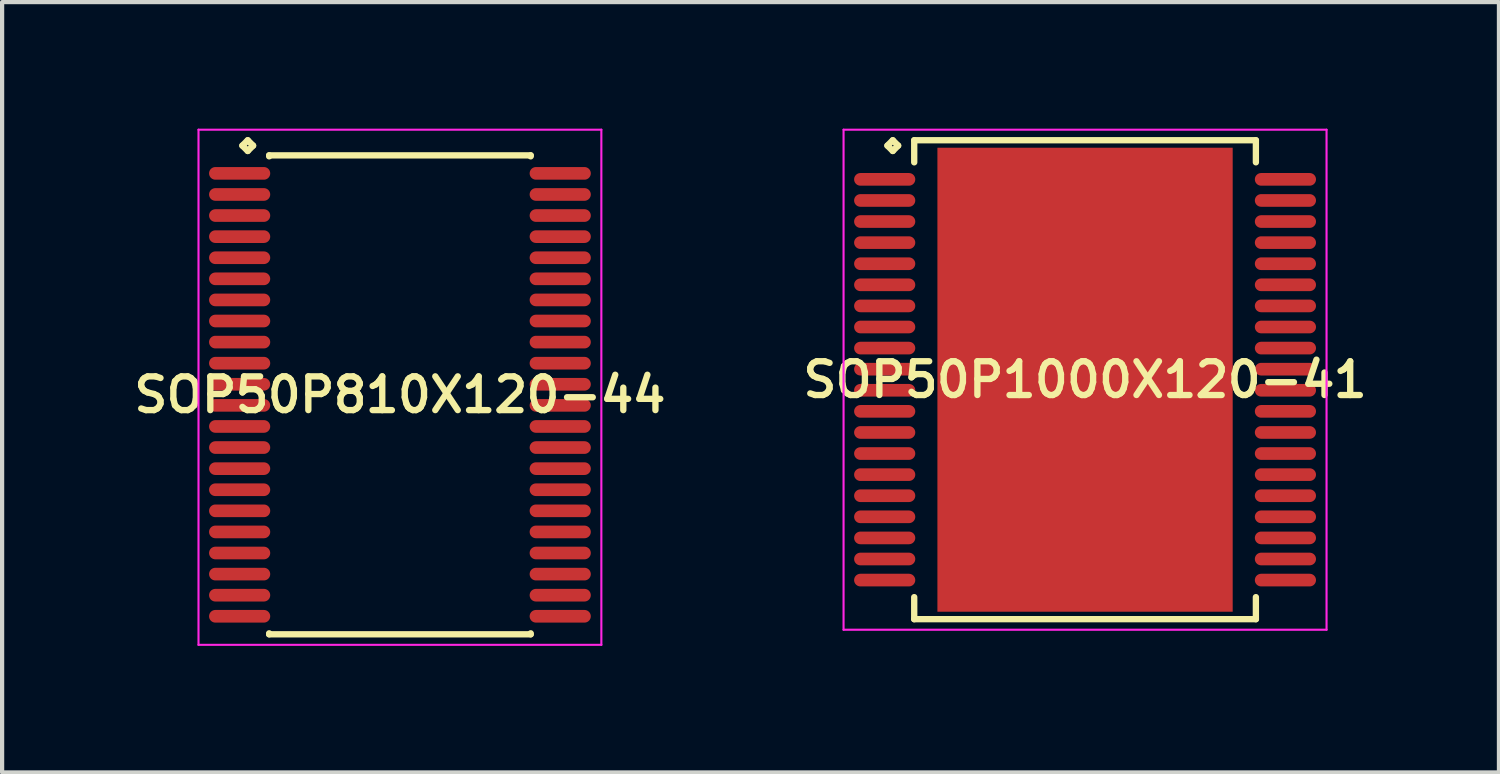
<source format=kicad_pcb>
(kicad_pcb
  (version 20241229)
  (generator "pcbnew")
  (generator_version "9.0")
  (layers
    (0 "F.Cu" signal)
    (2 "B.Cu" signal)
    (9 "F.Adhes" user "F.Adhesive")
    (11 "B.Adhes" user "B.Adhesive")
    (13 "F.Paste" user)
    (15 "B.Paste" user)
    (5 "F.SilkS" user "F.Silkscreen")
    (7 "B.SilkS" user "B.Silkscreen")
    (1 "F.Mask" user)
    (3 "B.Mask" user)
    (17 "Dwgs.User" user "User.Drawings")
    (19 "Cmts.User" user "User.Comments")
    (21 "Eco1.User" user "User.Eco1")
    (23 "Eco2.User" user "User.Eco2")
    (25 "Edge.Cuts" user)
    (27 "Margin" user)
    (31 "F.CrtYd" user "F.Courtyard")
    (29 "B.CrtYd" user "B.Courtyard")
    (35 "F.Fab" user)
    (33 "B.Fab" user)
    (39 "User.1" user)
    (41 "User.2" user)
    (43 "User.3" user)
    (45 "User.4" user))
  (footprint "SOP50P810X120-44"
    (layer "F.Cu")
    (at 6.431 6.31)
    (property "Reference" "SOP50P810X120-44" (at 0 0 0) (layer "F.SilkS") (effects (font (size 0.8 0.8) (thickness 0.15))))
    (attr smd)
    (fp_line (start -3.735 -5.908) (end -3.608 -6.035) (stroke (width 0.15) (type solid)) (layer "F.SilkS"))
    (fp_line (start -3.608 -6.035) (end -3.481 -5.908) (stroke (width 0.15) (type solid)) (layer "F.SilkS"))
    (fp_line (start -3.608 -5.781) (end -3.735 -5.908) (stroke (width 0.15) (type solid)) (layer "F.SilkS"))
    (fp_line (start -3.481 -5.908) (end -3.608 -5.781) (stroke (width 0.15) (type solid)) (layer "F.SilkS"))
    (fp_line (start -3.1 -5.677) (end 3.1 -5.677) (stroke (width 0.15) (type solid)) (layer "F.SilkS"))
    (fp_line (start -3.1 -5.654) (end -3.1 -5.677) (stroke (width 0.15) (type solid)) (layer "F.SilkS"))
    (fp_line (start -3.1 5.654) (end -3.1 5.677) (stroke (width 0.15) (type solid)) (layer "F.SilkS"))
    (fp_line (start -3.1 5.677) (end 3.1 5.677) (stroke (width 0.15) (type solid)) (layer "F.SilkS"))
    (fp_line (start 3.1 -5.677) (end 3.1 -5.654) (stroke (width 0.15) (type solid)) (layer "F.SilkS"))
    (fp_line (start 3.1 5.677) (end 3.1 5.654) (stroke (width 0.15) (type solid)) (layer "F.SilkS"))
    (fp_line (start -4.775 -6.285) (end 4.775 -6.285) (stroke (width 0.05) (type solid)) (layer "F.CrtYd"))
    (fp_line (start -4.775 5.927) (end -4.775 -6.285) (stroke (width 0.05) (type solid)) (layer "F.CrtYd"))
    (fp_line (start 4.775 -6.285) (end 4.775 5.927) (stroke (width 0.05) (type solid)) (layer "F.CrtYd"))
    (fp_line (start 4.775 5.927) (end -4.775 5.927) (stroke (width 0.05) (type solid)) (layer "F.CrtYd"))
    (pad "1" smd oval (at -3.8 -5.25) (size 1.45 0.3) (layers "F.Cu" "F.Mask" "F.Paste"))
    (pad "2" smd oval (at -3.8 -4.75) (size 1.45 0.3) (layers "F.Cu" "F.Mask" "F.Paste"))
    (pad "3" smd oval (at -3.8 -4.25) (size 1.45 0.3) (layers "F.Cu" "F.Mask" "F.Paste"))
    (pad "4" smd oval (at -3.8 -3.75) (size 1.45 0.3) (layers "F.Cu" "F.Mask" "F.Paste"))
    (pad "5" smd oval (at -3.8 -3.25) (size 1.45 0.3) (layers "F.Cu" "F.Mask" "F.Paste"))
    (pad "6" smd oval (at -3.8 -2.75) (size 1.45 0.3) (layers "F.Cu" "F.Mask" "F.Paste"))
    (pad "7" smd oval (at -3.8 -2.25) (size 1.45 0.3) (layers "F.Cu" "F.Mask" "F.Paste"))
    (pad "8" smd oval (at -3.8 -1.75) (size 1.45 0.3) (layers "F.Cu" "F.Mask" "F.Paste"))
    (pad "9" smd oval (at -3.8 -1.25) (size 1.45 0.3) (layers "F.Cu" "F.Mask" "F.Paste"))
    (pad "10" smd oval (at -3.8 -0.75) (size 1.45 0.3) (layers "F.Cu" "F.Mask" "F.Paste"))
    (pad "11" smd oval (at -3.8 -0.25) (size 1.45 0.3) (layers "F.Cu" "F.Mask" "F.Paste"))
    (pad "12" smd oval (at -3.8 0.25) (size 1.45 0.3) (layers "F.Cu" "F.Mask" "F.Paste"))
    (pad "13" smd oval (at -3.8 0.75) (size 1.45 0.3) (layers "F.Cu" "F.Mask" "F.Paste"))
    (pad "14" smd oval (at -3.8 1.25) (size 1.45 0.3) (layers "F.Cu" "F.Mask" "F.Paste"))
    (pad "15" smd oval (at -3.8 1.75) (size 1.45 0.3) (layers "F.Cu" "F.Mask" "F.Paste"))
    (pad "16" smd oval (at -3.8 2.25) (size 1.45 0.3) (layers "F.Cu" "F.Mask" "F.Paste"))
    (pad "17" smd oval (at -3.8 2.75) (size 1.45 0.3) (layers "F.Cu" "F.Mask" "F.Paste"))
    (pad "18" smd oval (at -3.8 3.25) (size 1.45 0.3) (layers "F.Cu" "F.Mask" "F.Paste"))
    (pad "19" smd oval (at -3.8 3.75) (size 1.45 0.3) (layers "F.Cu" "F.Mask" "F.Paste"))
    (pad "20" smd oval (at -3.8 4.25) (size 1.45 0.3) (layers "F.Cu" "F.Mask" "F.Paste"))
    (pad "21" smd oval (at -3.8 4.75) (size 1.45 0.3) (layers "F.Cu" "F.Mask" "F.Paste"))
    (pad "22" smd oval (at -3.8 5.25) (size 1.45 0.3) (layers "F.Cu" "F.Mask" "F.Paste"))
    (pad "23" smd oval (at 3.8 5.25) (size 1.45 0.3) (layers "F.Cu" "F.Mask" "F.Paste"))
    (pad "24" smd oval (at 3.8 4.75) (size 1.45 0.3) (layers "F.Cu" "F.Mask" "F.Paste"))
    (pad "25" smd oval (at 3.8 4.25) (size 1.45 0.3) (layers "F.Cu" "F.Mask" "F.Paste"))
    (pad "26" smd oval (at 3.8 3.75) (size 1.45 0.3) (layers "F.Cu" "F.Mask" "F.Paste"))
    (pad "27" smd oval (at 3.8 3.25) (size 1.45 0.3) (layers "F.Cu" "F.Mask" "F.Paste"))
    (pad "28" smd oval (at 3.8 2.75) (size 1.45 0.3) (layers "F.Cu" "F.Mask" "F.Paste"))
    (pad "29" smd oval (at 3.8 2.25) (size 1.45 0.3) (layers "F.Cu" "F.Mask" "F.Paste"))
    (pad "30" smd oval (at 3.8 1.75) (size 1.45 0.3) (layers "F.Cu" "F.Mask" "F.Paste"))
    (pad "31" smd oval (at 3.8 1.25) (size 1.45 0.3) (layers "F.Cu" "F.Mask" "F.Paste"))
    (pad "32" smd oval (at 3.8 0.75) (size 1.45 0.3) (layers "F.Cu" "F.Mask" "F.Paste"))
    (pad "33" smd oval (at 3.8 0.25) (size 1.45 0.3) (layers "F.Cu" "F.Mask" "F.Paste"))
    (pad "34" smd oval (at 3.8 -0.25) (size 1.45 0.3) (layers "F.Cu" "F.Mask" "F.Paste"))
    (pad "35" smd oval (at 3.8 -0.75) (size 1.45 0.3) (layers "F.Cu" "F.Mask" "F.Paste"))
    (pad "36" smd oval (at 3.8 -1.25) (size 1.45 0.3) (layers "F.Cu" "F.Mask" "F.Paste"))
    (pad "37" smd oval (at 3.8 -1.75) (size 1.45 0.3) (layers "F.Cu" "F.Mask" "F.Paste"))
    (pad "38" smd oval (at 3.8 -2.25) (size 1.45 0.3) (layers "F.Cu" "F.Mask" "F.Paste"))
    (pad "39" smd oval (at 3.8 -2.75) (size 1.45 0.3) (layers "F.Cu" "F.Mask" "F.Paste"))
    (pad "40" smd oval (at 3.8 -3.25) (size 1.45 0.3) (layers "F.Cu" "F.Mask" "F.Paste"))
    (pad "41" smd oval (at 3.8 -3.75) (size 1.45 0.3) (layers "F.Cu" "F.Mask" "F.Paste"))
    (pad "42" smd oval (at 3.8 -4.25) (size 1.45 0.3) (layers "F.Cu" "F.Mask" "F.Paste"))
    (pad "43" smd oval (at 3.8 -4.75) (size 1.45 0.3) (layers "F.Cu" "F.Mask" "F.Paste"))
    (pad "44" smd oval (at 3.8 -5.25) (size 1.45 0.3) (layers "F.Cu" "F.Mask" "F.Paste")))
  (footprint "SOP50P1000X120-41"
    (layer "F.Cu")
    (at 22.673 5.952)
    (property "Reference" "SOP50P1000X120-41" (at 0 0 0) (layer "F.SilkS") (effects (font (size 0.8 0.8) (thickness 0.15))))
    (attr smd)
    (fp_line (start -4.685 -5.55) (end -4.558 -5.677) (stroke (width 0.15) (type solid)) (layer "F.SilkS"))
    (fp_line (start -4.558 -5.677) (end -4.431 -5.55) (stroke (width 0.15) (type solid)) (layer "F.SilkS"))
    (fp_line (start -4.558 -5.423) (end -4.685 -5.55) (stroke (width 0.15) (type solid)) (layer "F.SilkS"))
    (fp_line (start -4.431 -5.55) (end -4.558 -5.423) (stroke (width 0.15) (type solid)) (layer "F.SilkS"))
    (fp_line (start -4.05 -5.677) (end 4.05 -5.677) (stroke (width 0.15) (type solid)) (layer "F.SilkS"))
    (fp_line (start -4.05 -5.154) (end -4.05 -5.677) (stroke (width 0.15) (type solid)) (layer "F.SilkS"))
    (fp_line (start -4.05 5.154) (end -4.05 5.677) (stroke (width 0.15) (type solid)) (layer "F.SilkS"))
    (fp_line (start -4.05 5.677) (end 4.05 5.677) (stroke (width 0.15) (type solid)) (layer "F.SilkS"))
    (fp_line (start 4.05 -5.677) (end 4.05 -5.154) (stroke (width 0.15) (type solid)) (layer "F.SilkS"))
    (fp_line (start 4.05 5.677) (end 4.05 5.154) (stroke (width 0.15) (type solid)) (layer "F.SilkS"))
    (fp_line (start -5.725 -5.927) (end 5.725 -5.927) (stroke (width 0.05) (type solid)) (layer "F.CrtYd"))
    (fp_line (start -5.725 5.927) (end -5.725 -5.927) (stroke (width 0.05) (type solid)) (layer "F.CrtYd"))
    (fp_line (start 5.725 -5.927) (end 5.725 5.927) (stroke (width 0.05) (type solid)) (layer "F.CrtYd"))
    (fp_line (start 5.725 5.927) (end -5.725 5.927) (stroke (width 0.05) (type solid)) (layer "F.CrtYd"))
    (pad "1" smd oval (at -4.75 -4.75) (size 1.45 0.3) (layers "F.Cu" "F.Mask" "F.Paste"))
    (pad "2" smd oval (at -4.75 -4.25) (size 1.45 0.3) (layers "F.Cu" "F.Mask" "F.Paste"))
    (pad "3" smd oval (at -4.75 -3.75) (size 1.45 0.3) (layers "F.Cu" "F.Mask" "F.Paste"))
    (pad "4" smd oval (at -4.75 -3.25) (size 1.45 0.3) (layers "F.Cu" "F.Mask" "F.Paste"))
    (pad "5" smd oval (at -4.75 -2.75) (size 1.45 0.3) (layers "F.Cu" "F.Mask" "F.Paste"))
    (pad "6" smd oval (at -4.75 -2.25) (size 1.45 0.3) (layers "F.Cu" "F.Mask" "F.Paste"))
    (pad "7" smd oval (at -4.75 -1.75) (size 1.45 0.3) (layers "F.Cu" "F.Mask" "F.Paste"))
    (pad "8" smd oval (at -4.75 -1.25) (size 1.45 0.3) (layers "F.Cu" "F.Mask" "F.Paste"))
    (pad "9" smd oval (at -4.75 -0.75) (size 1.45 0.3) (layers "F.Cu" "F.Mask" "F.Paste"))
    (pad "10" smd oval (at -4.75 -0.25) (size 1.45 0.3) (layers "F.Cu" "F.Mask" "F.Paste"))
    (pad "11" smd oval (at -4.75 0.25) (size 1.45 0.3) (layers "F.Cu" "F.Mask" "F.Paste"))
    (pad "12" smd oval (at -4.75 0.75) (size 1.45 0.3) (layers "F.Cu" "F.Mask" "F.Paste"))
    (pad "13" smd oval (at -4.75 1.25) (size 1.45 0.3) (layers "F.Cu" "F.Mask" "F.Paste"))
    (pad "14" smd oval (at -4.75 1.75) (size 1.45 0.3) (layers "F.Cu" "F.Mask" "F.Paste"))
    (pad "15" smd oval (at -4.75 2.25) (size 1.45 0.3) (layers "F.Cu" "F.Mask" "F.Paste"))
    (pad "16" smd oval (at -4.75 2.75) (size 1.45 0.3) (layers "F.Cu" "F.Mask" "F.Paste"))
    (pad "17" smd oval (at -4.75 3.25) (size 1.45 0.3) (layers "F.Cu" "F.Mask" "F.Paste"))
    (pad "18" smd oval (at -4.75 3.75) (size 1.45 0.3) (layers "F.Cu" "F.Mask" "F.Paste"))
    (pad "19" smd oval (at -4.75 4.25) (size 1.45 0.3) (layers "F.Cu" "F.Mask" "F.Paste"))
    (pad "20" smd oval (at -4.75 4.75) (size 1.45 0.3) (layers "F.Cu" "F.Mask" "F.Paste"))
    (pad "21" smd oval (at 4.75 4.75) (size 1.45 0.3) (layers "F.Cu" "F.Mask" "F.Paste"))
    (pad "22" smd oval (at 4.75 4.25) (size 1.45 0.3) (layers "F.Cu" "F.Mask" "F.Paste"))
    (pad "23" smd oval (at 4.75 3.75) (size 1.45 0.3) (layers "F.Cu" "F.Mask" "F.Paste"))
    (pad "24" smd oval (at 4.75 3.25) (size 1.45 0.3) (layers "F.Cu" "F.Mask" "F.Paste"))
    (pad "25" smd oval (at 4.75 2.75) (size 1.45 0.3) (layers "F.Cu" "F.Mask" "F.Paste"))
    (pad "26" smd oval (at 4.75 2.25) (size 1.45 0.3) (layers "F.Cu" "F.Mask" "F.Paste"))
    (pad "27" smd oval (at 4.75 1.75) (size 1.45 0.3) (layers "F.Cu" "F.Mask" "F.Paste"))
    (pad "28" smd oval (at 4.75 1.25) (size 1.45 0.3) (layers "F.Cu" "F.Mask" "F.Paste"))
    (pad "29" smd oval (at 4.75 0.75) (size 1.45 0.3) (layers "F.Cu" "F.Mask" "F.Paste"))
    (pad "30" smd oval (at 4.75 0.25) (size 1.45 0.3) (layers "F.Cu" "F.Mask" "F.Paste"))
    (pad "31" smd oval (at 4.75 -0.25) (size 1.45 0.3) (layers "F.Cu" "F.Mask" "F.Paste"))
    (pad "32" smd oval (at 4.75 -0.75) (size 1.45 0.3) (layers "F.Cu" "F.Mask" "F.Paste"))
    (pad "33" smd oval (at 4.75 -1.25) (size 1.45 0.3) (layers "F.Cu" "F.Mask" "F.Paste"))
    (pad "34" smd oval (at 4.75 -1.75) (size 1.45 0.3) (layers "F.Cu" "F.Mask" "F.Paste"))
    (pad "35" smd oval (at 4.75 -2.25) (size 1.45 0.3) (layers "F.Cu" "F.Mask" "F.Paste"))
    (pad "36" smd oval (at 4.75 -2.75) (size 1.45 0.3) (layers "F.Cu" "F.Mask" "F.Paste"))
    (pad "37" smd oval (at 4.75 -3.25) (size 1.45 0.3) (layers "F.Cu" "F.Mask" "F.Paste"))
    (pad "38" smd oval (at 4.75 -3.75) (size 1.45 0.3) (layers "F.Cu" "F.Mask" "F.Paste"))
    (pad "39" smd oval (at 4.75 -4.25) (size 1.45 0.3) (layers "F.Cu" "F.Mask" "F.Paste"))
    (pad "40" smd oval (at 4.75 -4.75) (size 1.45 0.3) (layers "F.Cu" "F.Mask" "F.Paste"))
    (pad "41" smd rect (at 0 0) (size 7 11) (layers "F.Cu" "F.Mask" "F.Paste")))
  (gr_rect
    (start -3 -3)
    (end 32.485 15.262)
    (stroke (width 0.1) (type default))
    (fill no)
    (layer "Edge.Cuts")))
</source>
